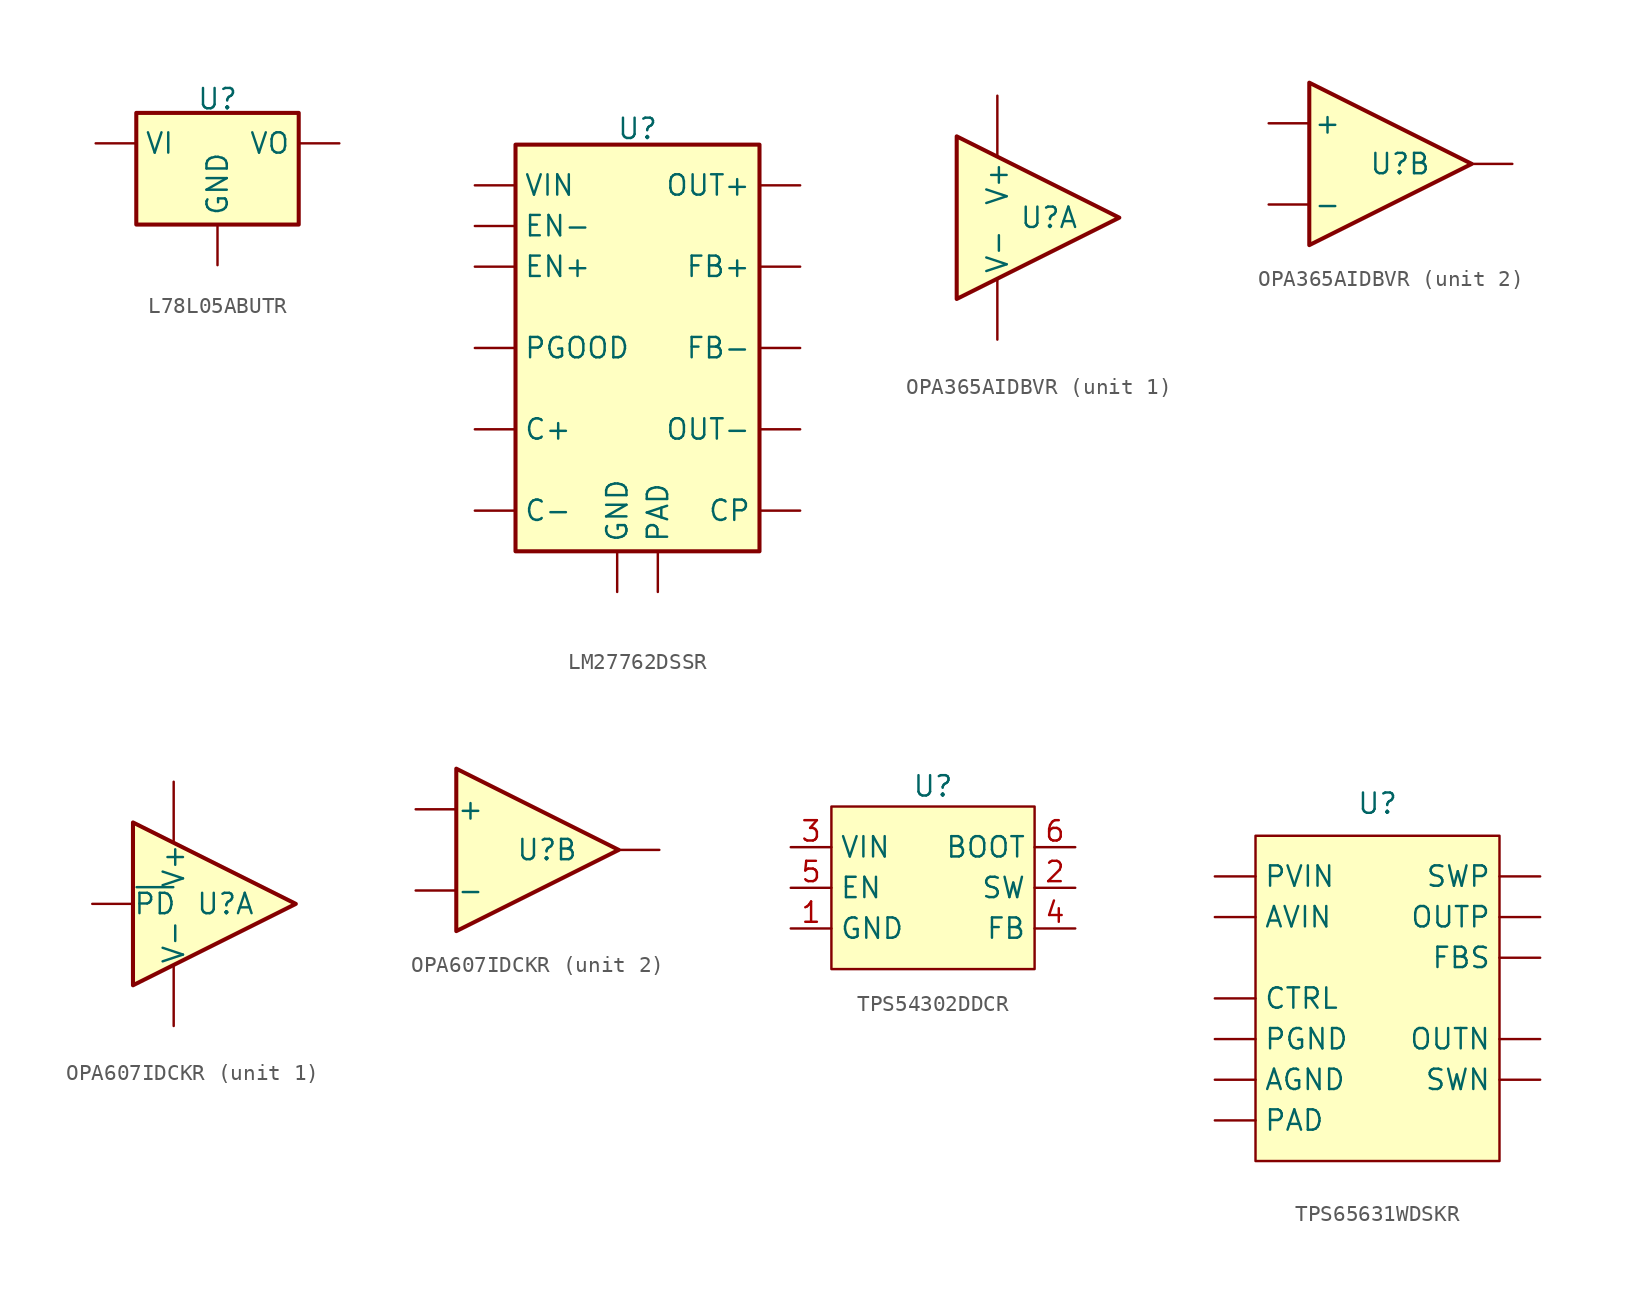
<source format=kicad_sym>
(kicad_symbol_lib
  (version 20241209)
  (generator "kicad_symbol_editor")
  (generator_version "9.0")
  (symbol "L78L05ABUTR"
    (pin_numbers
      (hide yes))
    (property "Reference" "U"
      (at 0 2.032 0)
      (effects (font (size 1.27 1.27)) (justify bottom)))
    (symbol "L78L05ABUTR_0_1"
      (rectangle (start -5.08 1.905) (end 5.08 -5.08) (stroke (width 0.254) (type default)) (fill (type background))))
    (symbol "L78L05ABUTR_1_1"
      (pin power_in line (at -7.62 0 0) (length 2.54) (name "VI" (effects (font (size 1.27 1.27)))) (number "3" (effects (font (size 1.27 1.27)))))
      (pin power_in line (at 0 -7.62 90) (length 2.54) (name "GND" (effects (font (size 1.27 1.27)))) (number "2" (effects (font (size 1.27 1.27)))))
      (pin power_out line (at 7.62 0 180) (length 2.54) (name "VO" (effects (font (size 1.27 1.27)))) (number "1" (effects (font (size 1.27 1.27)))))))
  (symbol "LM27762DSSR"
    (pin_numbers
      (hide yes))
    (property "Reference" "U"
      (at 0 12.954 0)
      (effects (font (size 1.27 1.27)) (justify bottom)))
    (symbol "LM27762DSSR_0_1"
      (rectangle (start -7.62 12.7) (end 7.62 -12.7) (stroke (width 0.254) (type default)) (fill (type background))))
    (symbol "LM27762DSSR_1_1"
      (pin power_in line (at -10.16 10.16 0) (length 2.54) (name "VIN" (effects (font (size 1.27 1.27)))) (number "3" (effects (font (size 1.27 1.27)))))
      (pin input line (at -10.16 7.62 0) (length 2.54) (name "EN-" (effects (font (size 1.27 1.27)))) (number "8" (effects (font (size 1.27 1.27)))))
      (pin input line (at -10.16 5.08 0) (length 2.54) (name "EN+" (effects (font (size 1.27 1.27)))) (number "12" (effects (font (size 1.27 1.27)))))
      (pin open_collector line (at -10.16 0 0) (length 2.54) (name "PGOOD" (effects (font (size 1.27 1.27)))) (number "1" (effects (font (size 1.27 1.27)))))
      (pin passive line (at -10.16 -5.08 0) (length 2.54) (name "C+" (effects (font (size 1.27 1.27)))) (number "10" (effects (font (size 1.27 1.27)))))
      (pin passive line (at -10.16 -10.16 0) (length 2.54) (name "C-" (effects (font (size 1.27 1.27)))) (number "9" (effects (font (size 1.27 1.27)))))
      (pin power_in line (at -1.27 -15.24 90) (length 2.54) (name "GND" (effects (font (size 1.27 1.27)))) (number "4" (effects (font (size 1.27 1.27)))))
      (pin power_in line (at 1.27 -15.24 90) (length 2.54) (name "PAD" (effects (font (size 1.27 1.27)))) (number "13" (effects (font (size 1.27 1.27)))))
      (pin power_out line (at 10.16 10.16 180) (length 2.54) (name "OUT+" (effects (font (size 1.27 1.27)))) (number "11" (effects (font (size 1.27 1.27)))))
      (pin input line (at 10.16 5.08 180) (length 2.54) (name "FB+" (effects (font (size 1.27 1.27)))) (number "2" (effects (font (size 1.27 1.27)))))
      (pin input line (at 10.16 0 180) (length 2.54) (name "FB-" (effects (font (size 1.27 1.27)))) (number "7" (effects (font (size 1.27 1.27)))))
      (pin power_out line (at 10.16 -5.08 180) (length 2.54) (name "OUT-" (effects (font (size 1.27 1.27)))) (number "6" (effects (font (size 1.27 1.27)))))
      (pin passive line (at 10.16 -10.16 180) (length 2.54) (name "CP" (effects (font (size 1.27 1.27)))) (number "5" (effects (font (size 1.27 1.27)))))))
  (symbol "OPA365AIDBVR"
    (pin_numbers
      (hide yes))
    (pin_names
      (offset 0.254))
    (property "Reference" "U"
      (at 2.54 0 0)
      (effects (font (size 1.27 1.27)) (justify right)))
    (property "ki_locked" ""
      (at 0 0 0)
      (effects (font (size 1.27 1.27))))
    (symbol "OPA365AIDBVR_0_1"
      (polyline (pts (xy 5.08 0) (xy -5.08 5.08) (xy -5.08 -5.08) (xy 5.08 0)) (stroke (width 0.254) (type default)) (fill (type background))))
    (symbol "OPA365AIDBVR_1_1"
      (pin power_in line (at -2.54 7.62 270) (length 3.81) (name "V+" (effects (font (size 1.27 1.27)))) (number "5" (effects (font (size 1.27 1.27)))))
      (pin power_in line (at -2.54 -7.62 90) (length 3.81) (name "V-" (effects (font (size 1.27 1.27)))) (number "2" (effects (font (size 1.27 1.27))))))
    (symbol "OPA365AIDBVR_2_1"
      (pin input line (at -7.62 2.54 0) (length 2.54) (name "+" (effects (font (size 1.27 1.27)))) (number "3" (effects (font (size 1.27 1.27)))))
      (pin input line (at -7.62 -2.54 0) (length 2.54) (name "-" (effects (font (size 1.27 1.27)))) (number "4" (effects (font (size 1.27 1.27)))))
      (pin output line (at 7.62 0 180) (length 2.54) (name "~" (effects (font (size 1.27 1.27)))) (number "1" (effects (font (size 1.27 1.27)))))))
  (symbol "OPA607IDCKR"
    (pin_numbers
      (hide yes))
    (pin_names
      (offset 0.002))
    (property "Reference" "U"
      (at 2.54 0 0)
      (effects (font (size 1.27 1.27)) (justify right)))
    (property "ki_locked" ""
      (at 0 0 0)
      (effects (font (size 1.27 1.27))))
    (symbol "OPA607IDCKR_0_1"
      (polyline (pts (xy 5.08 0) (xy -5.08 5.08) (xy -5.08 -5.08) (xy 5.08 0)) (stroke (width 0.254) (type default)) (fill (type background))))
    (symbol "OPA607IDCKR_1_1"
      (pin input line (at -7.62 0 0) (length 2.54) (name "~{PD}" (effects (font (size 1.27 1.27)))) (number "5" (effects (font (size 1.27 1.27)))))
      (pin power_in line (at -2.54 7.62 270) (length 3.81) (name "V+" (effects (font (size 1.27 1.27)))) (number "6" (effects (font (size 1.27 1.27)))))
      (pin power_in line (at -2.54 -7.62 90) (length 3.81) (name "V-" (effects (font (size 1.27 1.27)))) (number "2" (effects (font (size 1.27 1.27))))))
    (symbol "OPA607IDCKR_2_1"
      (pin input line (at -7.62 2.54 0) (length 2.54) (name "+" (effects (font (size 1.27 1.27)))) (number "1" (effects (font (size 1.27 1.27)))))
      (pin input line (at -7.62 -2.54 0) (length 2.54) (name "-" (effects (font (size 1.27 1.27)))) (number "3" (effects (font (size 1.27 1.27)))))
      (pin output line (at 7.62 0 180) (length 2.54) (name "~" (effects (font (size 1.27 1.27)))) (number "4" (effects (font (size 1.27 1.27)))))))
  (symbol "TPS54302DDCR"
    (property "Reference" "U"
      (at 8.89 3.81 0)
      (effects (font (size 1.27 1.27))))
    (symbol "TPS54302DDCR_1_1"
      (rectangle (start 2.54 2.54) (end 15.24 -7.62) (stroke (width 0) (type solid)) (fill (type background)))
      (pin power_in line (at 0 0 0) (length 2.54) (name "VIN" (effects (font (size 1.27 1.27)))) (number "3" (effects (font (size 1.27 1.27)))))
      (pin input line (at 0 -2.54 0) (length 2.54) (name "EN" (effects (font (size 1.27 1.27)))) (number "5" (effects (font (size 1.27 1.27)))))
      (pin power_in line (at 0 -5.08 0) (length 2.54) (name "GND" (effects (font (size 1.27 1.27)))) (number "1" (effects (font (size 1.27 1.27)))))
      (pin input line (at 17.78 0 180) (length 2.54) (name "BOOT" (effects (font (size 1.27 1.27)))) (number "6" (effects (font (size 1.27 1.27)))))
      (pin power_out line (at 17.78 -2.54 180) (length 2.54) (name "SW" (effects (font (size 1.27 1.27)))) (number "2" (effects (font (size 1.27 1.27)))))
      (pin input line (at 17.78 -5.08 180) (length 2.54) (name "FB" (effects (font (size 1.27 1.27)))) (number "4" (effects (font (size 1.27 1.27)))))))
  (symbol "TPS65631WDSKR"
    (pin_numbers
      (hide yes))
    (property "Reference" "U"
      (at 10.16 3.81 0)
      (effects (font (size 1.27 1.27)) (justify bottom)))
    (symbol "TPS65631WDSKR_1_1"
      (rectangle (start 2.54 2.54) (end 17.78 -17.78) (stroke (width 0) (type solid)) (fill (type background)))
      (pin power_in line (at 0 0 0) (length 2.54) (name "PVIN" (effects (font (size 1.27 1.27)))) (number "10" (effects (font (size 1.27 1.27)))))
      (pin power_in line (at 0 -2.54 0) (length 2.54) (name "AVIN" (effects (font (size 1.27 1.27)))) (number "9" (effects (font (size 1.27 1.27)))))
      (pin input line (at 0 -7.62 0) (length 2.54) (name "CTRL" (effects (font (size 1.27 1.27)))) (number "6" (effects (font (size 1.27 1.27)))))
      (pin power_in line (at 0 -10.16 0) (length 2.54) (name "PGND" (effects (font (size 1.27 1.27)))) (number "2" (effects (font (size 1.27 1.27)))))
      (pin power_in line (at 0 -12.7 0) (length 2.54) (name "AGND" (effects (font (size 1.27 1.27)))) (number "5" (effects (font (size 1.27 1.27)))))
      (pin input line (at 0 -15.24 0) (length 2.54) (name "PAD" (effects (font (size 1.27 1.27)))) (number "11" (effects (font (size 1.27 1.27)))))
      (pin bidirectional line (at 20.32 0 180) (length 2.54) (name "SWP" (effects (font (size 1.27 1.27)))) (number "1" (effects (font (size 1.27 1.27)))))
      (pin power_out line (at 20.32 -2.54 180) (length 2.54) (name "OUTP" (effects (font (size 1.27 1.27)))) (number "3" (effects (font (size 1.27 1.27)))))
      (pin input line (at 20.32 -5.08 180) (length 2.54) (name "FBS" (effects (font (size 1.27 1.27)))) (number "4" (effects (font (size 1.27 1.27)))))
      (pin power_out line (at 20.32 -10.16 180) (length 2.54) (name "OUTN" (effects (font (size 1.27 1.27)))) (number "7" (effects (font (size 1.27 1.27)))))
      (pin bidirectional line (at 20.32 -12.7 180) (length 2.54) (name "SWN" (effects (font (size 1.27 1.27)))) (number "8" (effects (font (size 1.27 1.27))))))))
</source>
